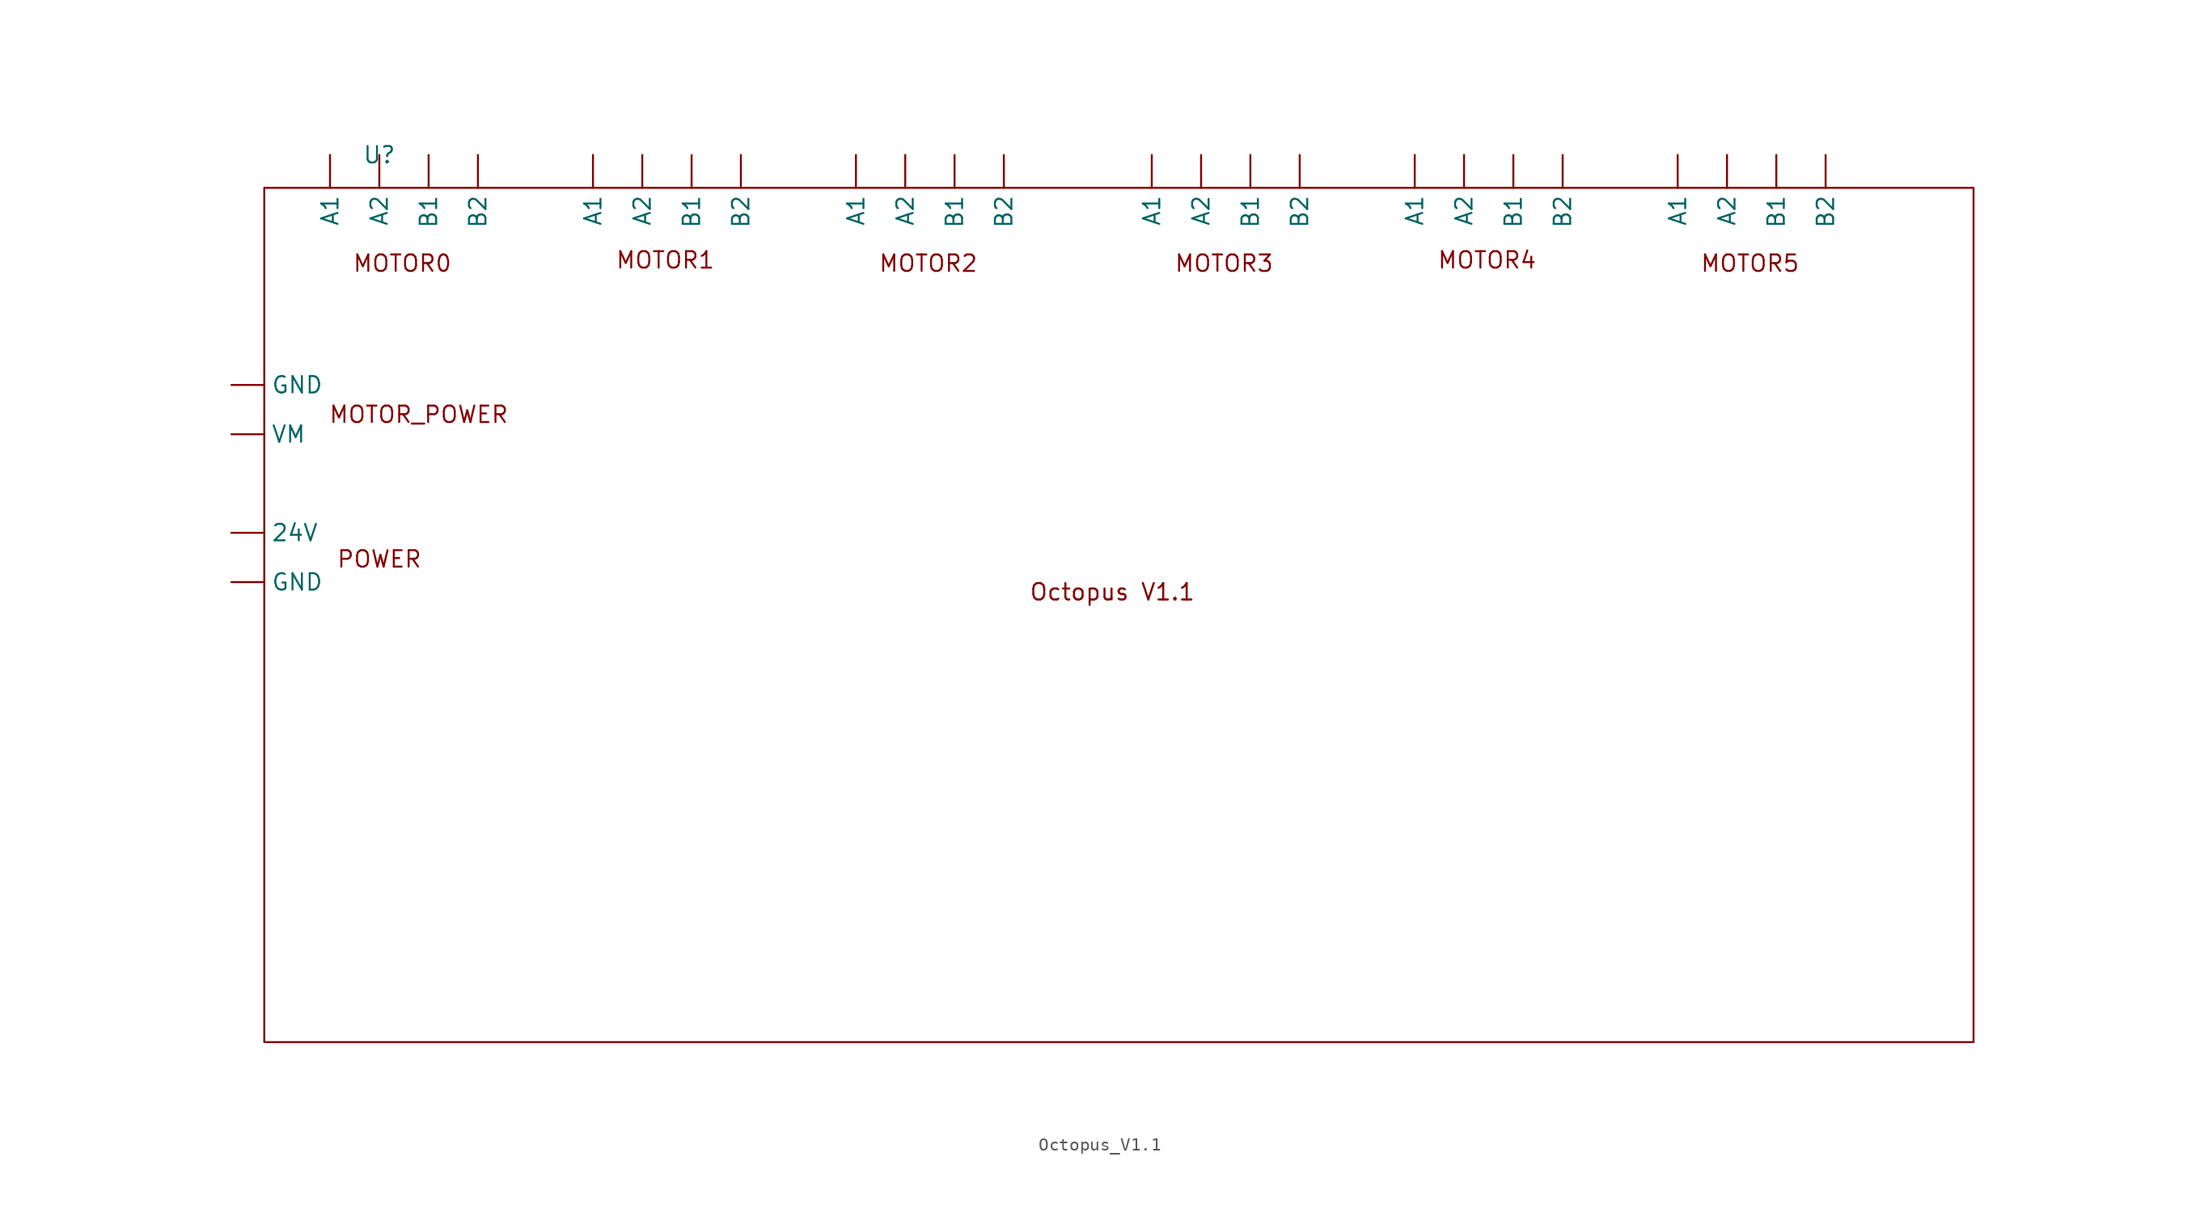
<source format=kicad_sym>
(kicad_symbol_lib
  (version 20231120)
  (generator "kicad_symbol_editor")
  (generator_version "8.0")
  (symbol "Octopus_V1.1"
    (property "Reference" "U"
      (at 0 0 0)
      (effects (font (size 1.27 1.27))))
    (property "Value" ""
      (at 0 0 0)
      (effects (font (size 1.27 1.27))))
    (symbol "Octopus_V1.1_0_1"
      (rectangle (start -8.89 -2.54) (end 123.19 -68.58) (stroke (width 0) (type default)) (fill (type none))))
    (symbol "Octopus_V1.1_1_1"
      (text "MOTOR0" (at 1.778 -8.382 0) (effects (font (size 1.27 1.27))))
      (text "MOTOR1\n" (at 22.098 -8.128 0) (effects (font (size 1.27 1.27))))
      (text "MOTOR2" (at 42.418 -8.382 0) (effects (font (size 1.27 1.27))))
      (text "MOTOR3" (at 65.278 -8.382 0) (effects (font (size 1.27 1.27))))
      (text "MOTOR4\n" (at 85.598 -8.128 0) (effects (font (size 1.27 1.27))))
      (text "MOTOR5" (at 105.918 -8.382 0) (effects (font (size 1.27 1.27))))
      (text "MOTOR_POWER" (at 3.048 -20.066 0) (effects (font (size 1.27 1.27))))
      (text "Octopus V1.1" (at 56.642 -33.782 0) (effects (font (size 1.27 1.27) (thickness 0.159))))
      (text "POWER" (at 0 -31.242 0) (effects (font (size 1.27 1.27))))
      (pin input line (at -11.43 -29.21 0) (length 2.54) (name "24V" (effects (font (size 1.27 1.27)))) (number "" (effects (font (size 1.27 1.27)))))
      (pin input line (at -3.81 0 270) (length 2.54) (name "A1" (effects (font (size 1.27 1.27)))) (number "" (effects (font (size 1.27 1.27)))))
      (pin input line (at 16.51 0 270) (length 2.54) (name "A1" (effects (font (size 1.27 1.27)))) (number "" (effects (font (size 1.27 1.27)))))
      (pin input line (at 36.83 0 270) (length 2.54) (name "A1" (effects (font (size 1.27 1.27)))) (number "" (effects (font (size 1.27 1.27)))))
      (pin input line (at 59.69 0 270) (length 2.54) (name "A1" (effects (font (size 1.27 1.27)))) (number "" (effects (font (size 1.27 1.27)))))
      (pin input line (at 80.01 0 270) (length 2.54) (name "A1" (effects (font (size 1.27 1.27)))) (number "" (effects (font (size 1.27 1.27)))))
      (pin input line (at 100.33 0 270) (length 2.54) (name "A1" (effects (font (size 1.27 1.27)))) (number "" (effects (font (size 1.27 1.27)))))
      (pin input line (at 0 0 270) (length 2.54) (name "A2" (effects (font (size 1.27 1.27)))) (number "" (effects (font (size 1.27 1.27)))))
      (pin input line (at 20.32 0 270) (length 2.54) (name "A2" (effects (font (size 1.27 1.27)))) (number "" (effects (font (size 1.27 1.27)))))
      (pin input line (at 40.64 0 270) (length 2.54) (name "A2" (effects (font (size 1.27 1.27)))) (number "" (effects (font (size 1.27 1.27)))))
      (pin input line (at 63.5 0 270) (length 2.54) (name "A2" (effects (font (size 1.27 1.27)))) (number "" (effects (font (size 1.27 1.27)))))
      (pin input line (at 83.82 0 270) (length 2.54) (name "A2" (effects (font (size 1.27 1.27)))) (number "" (effects (font (size 1.27 1.27)))))
      (pin input line (at 104.14 0 270) (length 2.54) (name "A2" (effects (font (size 1.27 1.27)))) (number "" (effects (font (size 1.27 1.27)))))
      (pin input line (at 3.81 0 270) (length 2.54) (name "B1" (effects (font (size 1.27 1.27)))) (number "" (effects (font (size 1.27 1.27)))))
      (pin input line (at 24.13 0 270) (length 2.54) (name "B1" (effects (font (size 1.27 1.27)))) (number "" (effects (font (size 1.27 1.27)))))
      (pin input line (at 44.45 0 270) (length 2.54) (name "B1" (effects (font (size 1.27 1.27)))) (number "" (effects (font (size 1.27 1.27)))))
      (pin input line (at 67.31 0 270) (length 2.54) (name "B1" (effects (font (size 1.27 1.27)))) (number "" (effects (font (size 1.27 1.27)))))
      (pin input line (at 87.63 0 270) (length 2.54) (name "B1" (effects (font (size 1.27 1.27)))) (number "" (effects (font (size 1.27 1.27)))))
      (pin input line (at 107.95 0 270) (length 2.54) (name "B1" (effects (font (size 1.27 1.27)))) (number "" (effects (font (size 1.27 1.27)))))
      (pin input line (at 7.62 0 270) (length 2.54) (name "B2" (effects (font (size 1.27 1.27)))) (number "" (effects (font (size 1.27 1.27)))))
      (pin input line (at 27.94 0 270) (length 2.54) (name "B2" (effects (font (size 1.27 1.27)))) (number "" (effects (font (size 1.27 1.27)))))
      (pin input line (at 48.26 0 270) (length 2.54) (name "B2" (effects (font (size 1.27 1.27)))) (number "" (effects (font (size 1.27 1.27)))))
      (pin input line (at 71.12 0 270) (length 2.54) (name "B2" (effects (font (size 1.27 1.27)))) (number "" (effects (font (size 1.27 1.27)))))
      (pin input line (at 91.44 0 270) (length 2.54) (name "B2" (effects (font (size 1.27 1.27)))) (number "" (effects (font (size 1.27 1.27)))))
      (pin input line (at 111.76 0 270) (length 2.54) (name "B2" (effects (font (size 1.27 1.27)))) (number "" (effects (font (size 1.27 1.27)))))
      (pin input line (at -11.43 -33.02 0) (length 2.54) (name "GND" (effects (font (size 1.27 1.27)))) (number "" (effects (font (size 1.27 1.27)))))
      (pin input line (at -11.43 -17.78 0) (length 2.54) (name "GND" (effects (font (size 1.27 1.27)))) (number "" (effects (font (size 1.27 1.27)))))
      (pin input line (at -11.43 -21.59 0) (length 2.54) (name "VM" (effects (font (size 1.27 1.27)))) (number "" (effects (font (size 1.27 1.27))))))))
</source>
